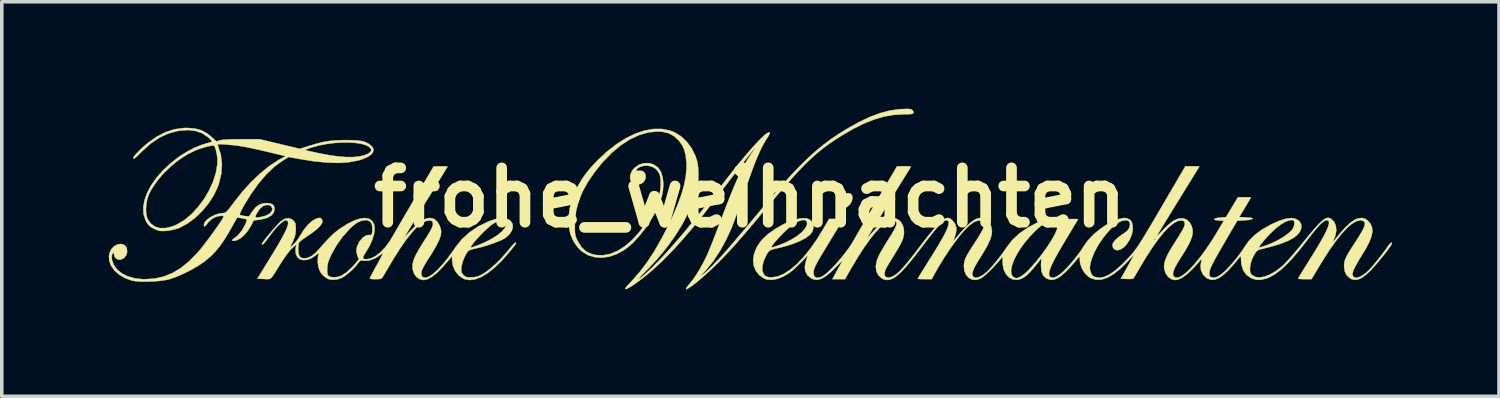
<source format=kicad_pcb>
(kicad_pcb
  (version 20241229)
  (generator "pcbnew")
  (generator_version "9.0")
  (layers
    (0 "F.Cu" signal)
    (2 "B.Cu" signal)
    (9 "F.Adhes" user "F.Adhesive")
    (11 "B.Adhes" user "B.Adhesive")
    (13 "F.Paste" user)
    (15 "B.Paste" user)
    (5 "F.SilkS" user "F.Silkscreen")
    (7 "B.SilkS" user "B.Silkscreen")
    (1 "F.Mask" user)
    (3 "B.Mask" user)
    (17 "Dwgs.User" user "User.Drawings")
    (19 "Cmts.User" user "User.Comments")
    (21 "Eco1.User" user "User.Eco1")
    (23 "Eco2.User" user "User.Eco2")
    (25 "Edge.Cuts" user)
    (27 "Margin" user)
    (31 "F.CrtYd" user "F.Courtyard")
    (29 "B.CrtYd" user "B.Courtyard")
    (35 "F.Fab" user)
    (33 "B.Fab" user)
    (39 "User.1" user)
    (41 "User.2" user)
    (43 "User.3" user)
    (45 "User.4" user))
  (footprint "frohe_weihnachten"
    (layer "F.Cu")
    (at 17.984 2.492)
    (property "Reference" "frohe_weihnachten" (at 0 0 0) (layer "F.SilkS") (effects (font (size 1.524 1.524) (thickness 0.3))))
    (attr through_hole)
    (fp_poly (pts (xy 2.82 -0.109) (xy 2.862 -0.054) (xy 2.87 0.008) (xy 2.851 0.102) (xy 2.802 0.185) (xy 2.731 0.252) (xy 2.65 0.294) (xy 2.568 0.305) (xy 2.495 0.279) (xy 2.478 0.265) (xy 2.445 0.2) (xy 2.449 0.121) (xy 2.485 0.039) (xy 2.545 -0.035) (xy 2.623 -0.093) (xy 2.712 -0.124) (xy 2.744 -0.127) (xy 2.82 -0.109)) (stroke (width 0.01) (type solid)) (fill yes) (layer "F.SilkS"))
    (fp_poly (pts (xy 4.451 -2.487) (xy 4.505 -2.48) (xy 4.538 -2.466) (xy 4.553 -2.453) (xy 4.581 -2.406) (xy 4.581 -2.374) (xy 4.564 -2.357) (xy 4.522 -2.345) (xy 4.449 -2.339) (xy 4.335 -2.337) (xy 4.302 -2.337) (xy 4.029 -2.321) (xy 3.756 -2.274) (xy 3.476 -2.192) (xy 3.184 -2.075) (xy 2.874 -1.919) (xy 2.564 -1.738) (xy 2.396 -1.631) (xy 2.239 -1.525) (xy 2.089 -1.417) (xy 1.943 -1.301) (xy 1.797 -1.176) (xy 1.647 -1.037) (xy 1.489 -0.881) (xy 1.321 -0.705) (xy 1.138 -0.504) (xy 0.937 -0.275) (xy 0.714 -0.016) (xy 0.465 0.279) (xy 0.316 0.457) (xy 0.099 0.717) (xy -0.092 0.943) (xy -0.262 1.139) (xy -0.415 1.313) (xy -0.556 1.469) (xy -0.691 1.613) (xy -0.825 1.751) (xy -0.962 1.888) (xy -0.994 1.92) (xy -1.126 2.046) (xy -1.256 2.164) (xy -1.379 2.272) (xy -1.492 2.366) (xy -1.593 2.445) (xy -1.677 2.506) (xy -1.742 2.548) (xy -1.784 2.567) (xy -1.8 2.561) (xy -1.786 2.528) (xy -1.74 2.466) (xy -1.687 2.405) (xy -1.599 2.294) (xy -1.5 2.148) (xy -1.397 1.978) (xy -1.298 1.797) (xy -1.209 1.617) (xy -1.207 1.613) (xy -1.172 1.531) (xy -1.123 1.411) (xy -1.063 1.263) (xy -0.998 1.095) (xy -0.929 0.918) (xy -0.886 0.804) (xy -0.757 0.464) (xy -0.643 0.168) (xy -0.541 -0.09) (xy -0.449 -0.313) (xy -0.365 -0.506) (xy -0.287 -0.673) (xy -0.214 -0.82) (xy -0.143 -0.951) (xy -0.071 -1.07) (xy 0.002 -1.182) (xy 0.013 -1.199) (xy 0.071 -1.284) (xy 0.114 -1.351) (xy 0.137 -1.39) (xy 0.139 -1.397) (xy 0.121 -1.377) (xy 0.074 -1.321) (xy 0.003 -1.231) (xy -0.091 -1.112) (xy -0.203 -0.967) (xy -0.332 -0.8) (xy -0.475 -0.615) (xy -0.628 -0.414) (xy -0.79 -0.203) (xy -0.954 0.013) (xy -1.291 0.449) (xy -1.609 0.843) (xy -1.911 1.195) (xy -2.197 1.509) (xy -2.471 1.786) (xy -2.734 2.03) (xy -2.99 2.242) (xy -3.24 2.426) (xy -3.28 2.453) (xy -3.388 2.521) (xy -3.459 2.558) (xy -3.497 2.564) (xy -3.505 2.55) (xy -3.489 2.526) (xy -3.444 2.474) (xy -3.377 2.4) (xy -3.296 2.313) (xy -3.296 2.313) (xy -3.085 2.072) (xy -2.882 1.803) (xy -2.685 1.501) (xy -2.489 1.158) (xy -2.339 0.87) (xy -2.169 0.517) (xy -2.032 0.197) (xy -1.926 -0.092) (xy -1.85 -0.356) (xy -1.803 -0.599) (xy -1.783 -0.824) (xy -1.785 -0.978) (xy -1.805 -1.174) (xy -1.843 -1.333) (xy -1.903 -1.467) (xy -1.989 -1.588) (xy -2.013 -1.615) (xy -2.142 -1.731) (xy -2.286 -1.807) (xy -2.454 -1.846) (xy -2.599 -1.854) (xy -2.853 -1.829) (xy -3.11 -1.756) (xy -3.368 -1.635) (xy -3.625 -1.469) (xy -3.878 -1.259) (xy -4.124 -1.007) (xy -4.354 -0.724) (xy -4.548 -0.441) (xy -4.698 -0.171) (xy -4.807 0.093) (xy -4.876 0.359) (xy -4.91 0.634) (xy -4.914 0.764) (xy -4.914 0.892) (xy -4.91 0.983) (xy -4.901 1.052) (xy -4.883 1.111) (xy -4.855 1.176) (xy -4.826 1.233) (xy -4.727 1.389) (xy -4.608 1.501) (xy -4.463 1.574) (xy -4.331 1.608) (xy -4.128 1.617) (xy -3.921 1.578) (xy -3.714 1.491) (xy -3.507 1.359) (xy -3.305 1.184) (xy -3.108 0.967) (xy -2.92 0.709) (xy -2.774 0.47) (xy -2.651 0.231) (xy -2.568 0.012) (xy -2.521 -0.195) (xy -2.506 -0.381) (xy -2.511 -0.525) (xy -2.531 -0.633) (xy -2.571 -0.718) (xy -2.635 -0.795) (xy -2.649 -0.809) (xy -2.745 -0.867) (xy -2.863 -0.895) (xy -2.987 -0.892) (xy -3.099 -0.857) (xy -3.156 -0.819) (xy -3.195 -0.775) (xy -3.188 -0.752) (xy -3.135 -0.751) (xy -3.114 -0.754) (xy -3.029 -0.749) (xy -2.968 -0.709) (xy -2.933 -0.645) (xy -2.927 -0.569) (xy -2.95 -0.491) (xy -3.005 -0.422) (xy -3.052 -0.392) (xy -3.153 -0.359) (xy -3.239 -0.367) (xy -3.305 -0.41) (xy -3.349 -0.478) (xy -3.366 -0.563) (xy -3.353 -0.659) (xy -3.307 -0.758) (xy -3.245 -0.831) (xy -3.123 -0.919) (xy -2.986 -0.965) (xy -2.845 -0.969) (xy -2.711 -0.932) (xy -2.593 -0.854) (xy -2.573 -0.834) (xy -2.499 -0.721) (xy -2.452 -0.573) (xy -2.433 -0.399) (xy -2.443 -0.21) (xy -2.476 -0.038) (xy -2.548 0.175) (xy -2.654 0.403) (xy -2.788 0.635) (xy -2.941 0.863) (xy -3.108 1.074) (xy -3.28 1.261) (xy -3.452 1.412) (xy -3.524 1.464) (xy -3.738 1.582) (xy -3.951 1.655) (xy -4.16 1.684) (xy -4.361 1.669) (xy -4.547 1.611) (xy -4.715 1.508) (xy -4.82 1.41) (xy -4.951 1.228) (xy -5.04 1.021) (xy -5.087 0.792) (xy -5.091 0.545) (xy -5.054 0.283) (xy -4.974 0.008) (xy -4.852 -0.275) (xy -4.828 -0.323) (xy -4.727 -0.499) (xy -4.613 -0.665) (xy -4.477 -0.833) (xy -4.309 -1.014) (xy -4.273 -1.05) (xy -4.011 -1.294) (xy -3.745 -1.5) (xy -3.479 -1.668) (xy -3.215 -1.795) (xy -2.956 -1.882) (xy -2.707 -1.926) (xy -2.47 -1.926) (xy -2.249 -1.882) (xy -2.125 -1.835) (xy -1.938 -1.72) (xy -1.773 -1.565) (xy -1.635 -1.377) (xy -1.531 -1.164) (xy -1.487 -1.028) (xy -1.459 -0.87) (xy -1.449 -0.683) (xy -1.454 -0.487) (xy -1.475 -0.301) (xy -1.497 -0.197) (xy -1.593 0.105) (xy -1.73 0.422) (xy -1.903 0.749) (xy -2.107 1.077) (xy -2.339 1.4) (xy -2.593 1.71) (xy -2.852 1.987) (xy -2.95 2.086) (xy -3.032 2.171) (xy -3.092 2.236) (xy -3.125 2.276) (xy -3.129 2.286) (xy -3.095 2.268) (xy -3.032 2.219) (xy -2.945 2.144) (xy -2.842 2.049) (xy -2.728 1.939) (xy -2.609 1.82) (xy -2.49 1.698) (xy -2.384 1.583) (xy -2.179 1.354) (xy -1.971 1.114) (xy -1.756 0.859) (xy -1.53 0.584) (xy -1.288 0.283) (xy -1.026 -0.049) (xy -0.741 -0.416) (xy -0.673 -0.505) (xy -0.486 -0.744) (xy -0.307 -0.967) (xy -0.138 -1.171) (xy 0.019 -1.353) (xy 0.161 -1.511) (xy 0.285 -1.64) (xy 0.387 -1.738) (xy 0.466 -1.802) (xy 0.519 -1.828) (xy 0.524 -1.829) (xy 0.549 -1.825) (xy 0.554 -1.807) (xy 0.538 -1.769) (xy 0.498 -1.701) (xy 0.458 -1.64) (xy 0.391 -1.529) (xy 0.324 -1.405) (xy 0.256 -1.262) (xy 0.184 -1.094) (xy 0.106 -0.898) (xy 0.021 -0.666) (xy -0.075 -0.394) (xy -0.139 -0.209) (xy -0.21 -0.002) (xy -0.281 0.201) (xy -0.35 0.395) (xy -0.413 0.569) (xy -0.467 0.715) (xy -0.51 0.825) (xy -0.523 0.858) (xy -0.679 1.195) (xy -0.853 1.509) (xy -1.04 1.79) (xy -1.235 2.03) (xy -1.279 2.076) (xy -1.341 2.144) (xy -1.368 2.179) (xy -1.365 2.185) (xy -1.335 2.164) (xy -1.28 2.119) (xy -1.205 2.052) (xy -1.113 1.964) (xy -1.111 1.962) (xy -1.031 1.882) (xy -0.945 1.793) (xy -0.85 1.692) (xy -0.744 1.575) (xy -0.624 1.439) (xy -0.487 1.28) (xy -0.33 1.096) (xy -0.15 0.884) (xy 0.056 0.639) (xy 0.29 0.359) (xy 0.356 0.279) (xy 0.65 -0.068) (xy 0.919 -0.377) (xy 1.17 -0.652) (xy 1.404 -0.896) (xy 1.628 -1.113) (xy 1.844 -1.308) (xy 2.058 -1.483) (xy 2.273 -1.643) (xy 2.493 -1.792) (xy 2.723 -1.934) (xy 3.051 -2.117) (xy 3.354 -2.261) (xy 3.637 -2.367) (xy 3.905 -2.439) (xy 4.162 -2.477) (xy 4.243 -2.482) (xy 4.367 -2.487) (xy 4.451 -2.487)) (stroke (width 0.01) (type solid)) (fill yes) (layer "F.SilkS"))
    (fp_poly (pts (xy -15.578 -1.94) (xy -15.392 -1.891) (xy -15.229 -1.804) (xy -15.117 -1.715) (xy -14.969 -1.577) (xy -14.869 -1.607) (xy -14.8 -1.62) (xy -14.684 -1.629) (xy -14.524 -1.635) (xy -14.324 -1.638) (xy -14.262 -1.638) (xy -13.754 -1.638) (xy -12.624 -1.369) (xy -12.388 -1.445) (xy -12.167 -1.511) (xy -11.974 -1.559) (xy -11.791 -1.59) (xy -11.602 -1.607) (xy -11.389 -1.613) (xy -11.341 -1.613) (xy -11.154 -1.611) (xy -11.008 -1.602) (xy -10.893 -1.587) (xy -10.802 -1.562) (xy -10.723 -1.526) (xy -10.668 -1.492) (xy -10.589 -1.42) (xy -10.559 -1.345) (xy -10.576 -1.27) (xy -10.639 -1.198) (xy -10.746 -1.13) (xy -10.895 -1.07) (xy -10.998 -1.04) (xy -11.251 -0.993) (xy -11.544 -0.974) (xy -11.878 -0.984) (xy -12.253 -1.023) (xy -12.607 -1.079) (xy -12.941 -1.139) (xy -13.129 -1.023) (xy -13.345 -0.864) (xy -13.563 -0.657) (xy -13.78 -0.402) (xy -13.994 -0.102) (xy -14.188 0.211) (xy -14.244 0.313) (xy -14.286 0.398) (xy -14.309 0.458) (xy -14.31 0.481) (xy -14.273 0.496) (xy -14.205 0.511) (xy -14.17 0.516) (xy -14.053 0.531) (xy -13.971 0.405) (xy -13.873 0.279) (xy -13.768 0.198) (xy -13.647 0.159) (xy -13.562 0.152) (xy -13.449 0.163) (xy -13.377 0.199) (xy -13.341 0.263) (xy -13.335 0.322) (xy -13.359 0.423) (xy -13.429 0.505) (xy -13.543 0.567) (xy -13.701 0.61) (xy -13.774 0.621) (xy -13.92 0.639) (xy -13.994 0.785) (xy -14.078 0.922) (xy -14.178 1.043) (xy -14.285 1.136) (xy -14.389 1.193) (xy -14.399 1.196) (xy -14.471 1.211) (xy -14.517 1.208) (xy -14.528 1.191) (xy -14.498 1.162) (xy -14.493 1.159) (xy -14.363 1.058) (xy -14.25 0.919) (xy -14.186 0.81) (xy -14.138 0.712) (xy -14.115 0.649) (xy -14.116 0.616) (xy -14.122 0.61) (xy -14.159 0.597) (xy -14.223 0.583) (xy -14.294 0.571) (xy -14.355 0.563) (xy -14.388 0.564) (xy -14.389 0.565) (xy -14.402 0.589) (xy -14.434 0.646) (xy -14.478 0.725) (xy -14.491 0.749) (xy -14.628 0.992) (xy -14.754 1.195) (xy -14.874 1.366) (xy -14.994 1.511) (xy -15.121 1.639) (xy -15.259 1.758) (xy -15.329 1.812) (xy -15.489 1.919) (xy -15.68 2.029) (xy -15.884 2.131) (xy -16.086 2.219) (xy -16.268 2.283) (xy -16.281 2.287) (xy -16.409 2.315) (xy -16.567 2.336) (xy -16.742 2.35) (xy -16.92 2.356) (xy -17.089 2.354) (xy -17.234 2.344) (xy -17.342 2.324) (xy -17.531 2.254) (xy -17.693 2.159) (xy -17.822 2.044) (xy -17.916 1.915) (xy -17.969 1.777) (xy -17.979 1.635) (xy -17.959 1.541) (xy -17.908 1.44) (xy -17.835 1.364) (xy -17.749 1.316) (xy -17.66 1.298) (xy -17.578 1.312) (xy -17.512 1.361) (xy -17.48 1.42) (xy -17.467 1.524) (xy -17.497 1.621) (xy -17.561 1.698) (xy -17.645 1.739) (xy -17.722 1.737) (xy -17.787 1.701) (xy -17.826 1.642) (xy -17.831 1.612) (xy -17.839 1.565) (xy -17.854 1.549) (xy -17.883 1.572) (xy -17.898 1.631) (xy -17.897 1.714) (xy -17.893 1.745) (xy -17.843 1.891) (xy -17.749 2.019) (xy -17.617 2.125) (xy -17.451 2.207) (xy -17.256 2.262) (xy -17.038 2.287) (xy -16.977 2.288) (xy -16.701 2.27) (xy -16.443 2.212) (xy -16.198 2.114) (xy -15.962 1.972) (xy -15.731 1.785) (xy -15.501 1.55) (xy -15.418 1.453) (xy -15.347 1.366) (xy -15.263 1.256) (xy -15.171 1.133) (xy -15.076 1.004) (xy -14.984 0.876) (xy -14.902 0.758) (xy -14.834 0.657) (xy -14.786 0.582) (xy -14.765 0.543) (xy -14.766 0.541) (xy -13.874 0.541) (xy -13.856 0.559) (xy -13.802 0.557) (xy -13.706 0.54) (xy -13.661 0.53) (xy -13.552 0.494) (xy -13.466 0.441) (xy -13.412 0.378) (xy -13.397 0.313) (xy -13.4 0.299) (xy -13.433 0.237) (xy -13.488 0.209) (xy -13.547 0.204) (xy -13.646 0.228) (xy -13.738 0.302) (xy -13.823 0.423) (xy -13.827 0.43) (xy -13.862 0.499) (xy -13.874 0.541) (xy -14.766 0.541) (xy -14.771 0.518) (xy -14.817 0.509) (xy -14.837 0.509) (xy -14.966 0.532) (xy -15.09 0.595) (xy -15.19 0.686) (xy -15.207 0.709) (xy -15.262 0.78) (xy -15.296 0.808) (xy -15.313 0.793) (xy -15.316 0.758) (xy -15.293 0.689) (xy -15.23 0.618) (xy -15.138 0.55) (xy -15.028 0.493) (xy -14.909 0.451) (xy -14.792 0.432) (xy -14.772 0.432) (xy -14.739 0.428) (xy -14.707 0.413) (xy -14.669 0.382) (xy -14.621 0.326) (xy -14.555 0.242) (xy -14.465 0.122) (xy -14.465 0.122) (xy -14.235 -0.169) (xy -13.992 -0.437) (xy -13.742 -0.675) (xy -13.492 -0.879) (xy -13.247 -1.041) (xy -13.176 -1.081) (xy -13.024 -1.162) (xy -13.503 -1.278) (xy -13.753 -1.337) (xy -12.472 -1.337) (xy -12.459 -1.327) (xy -12.433 -1.32) (xy -12.099 -1.247) (xy -11.808 -1.192) (xy -11.554 -1.156) (xy -11.333 -1.138) (xy -11.139 -1.137) (xy -10.97 -1.153) (xy -10.831 -1.183) (xy -10.73 -1.221) (xy -10.658 -1.27) (xy -10.624 -1.323) (xy -10.625 -1.356) (xy -10.676 -1.42) (xy -10.769 -1.47) (xy -10.898 -1.509) (xy -11.057 -1.534) (xy -11.24 -1.547) (xy -11.44 -1.547) (xy -11.65 -1.533) (xy -11.865 -1.506) (xy -12.077 -1.466) (xy -12.28 -1.411) (xy -12.298 -1.406) (xy -12.397 -1.373) (xy -12.453 -1.351) (xy -12.472 -1.337) (xy -13.753 -1.337) (xy -13.766 -1.34) (xy -13.99 -1.389) (xy -14.185 -1.427) (xy -14.361 -1.455) (xy -14.527 -1.475) (xy -14.692 -1.489) (xy -14.806 -1.497) (xy -14.878 -1.499) (xy -14.917 -1.495) (xy -14.93 -1.484) (xy -14.926 -1.464) (xy -14.923 -1.458) (xy -14.842 -1.201) (xy -14.811 -0.936) (xy -14.83 -0.664) (xy -14.899 -0.384) (xy -14.933 -0.289) (xy -15.045 -0.056) (xy -15.193 0.171) (xy -15.369 0.382) (xy -15.565 0.569) (xy -15.774 0.724) (xy -15.987 0.84) (xy -16.045 0.863) (xy -16.146 0.893) (xy -16.269 0.918) (xy -16.368 0.931) (xy -16.476 0.937) (xy -16.556 0.931) (xy -16.628 0.911) (xy -16.676 0.891) (xy -16.784 0.837) (xy -16.859 0.78) (xy -16.916 0.704) (xy -16.958 0.622) (xy -17.009 0.454) (xy -17.013 0.356) (xy -16.941 0.356) (xy -16.929 0.49) (xy -16.899 0.595) (xy -16.897 0.599) (xy -16.807 0.726) (xy -16.691 0.811) (xy -16.55 0.854) (xy -16.388 0.853) (xy -16.205 0.808) (xy -16.062 0.749) (xy -15.858 0.626) (xy -15.662 0.461) (xy -15.479 0.262) (xy -15.313 0.039) (xy -15.171 -0.202) (xy -15.058 -0.451) (xy -14.979 -0.701) (xy -14.939 -0.942) (xy -14.935 -1.035) (xy -14.941 -1.13) (xy -14.957 -1.233) (xy -14.979 -1.331) (xy -15.004 -1.41) (xy -15.029 -1.455) (xy -15.033 -1.458) (xy -15.072 -1.461) (xy -15.146 -1.449) (xy -15.245 -1.426) (xy -15.355 -1.395) (xy -15.466 -1.359) (xy -15.545 -1.329) (xy -15.782 -1.212) (xy -16.018 -1.059) (xy -16.244 -0.878) (xy -16.452 -0.676) (xy -16.634 -0.462) (xy -16.781 -0.244) (xy -16.866 -0.076) (xy -16.908 0.057) (xy -16.934 0.206) (xy -16.941 0.356) (xy -17.013 0.356) (xy -17.017 0.27) (xy -16.982 0.073) (xy -16.908 -0.133) (xy -16.797 -0.342) (xy -16.65 -0.552) (xy -16.471 -0.757) (xy -16.261 -0.955) (xy -16.023 -1.14) (xy -15.956 -1.186) (xy -15.77 -1.3) (xy -15.574 -1.4) (xy -15.385 -1.478) (xy -15.221 -1.528) (xy -15.147 -1.547) (xy -15.099 -1.567) (xy -15.088 -1.577) (xy -15.105 -1.602) (xy -15.151 -1.65) (xy -15.204 -1.698) (xy -15.364 -1.805) (xy -15.552 -1.871) (xy -15.766 -1.895) (xy -16.006 -1.877) (xy -16.048 -1.87) (xy -16.312 -1.799) (xy -16.566 -1.681) (xy -16.812 -1.515) (xy -17.052 -1.299) (xy -17.078 -1.273) (xy -17.172 -1.178) (xy -17.238 -1.119) (xy -17.278 -1.094) (xy -17.296 -1.101) (xy -17.297 -1.114) (xy -17.279 -1.152) (xy -17.228 -1.215) (xy -17.153 -1.294) (xy -17.061 -1.384) (xy -16.958 -1.475) (xy -16.885 -1.536) (xy -16.636 -1.711) (xy -16.389 -1.838) (xy -16.137 -1.918) (xy -15.877 -1.953) (xy -15.795 -1.955) (xy -15.578 -1.94)) (stroke (width 0.01) (type solid)) (fill yes) (layer "F.SilkS"))
    (fp_poly (pts (xy -8.518 -0.878) (xy -8.485 -0.874) (xy -8.484 -0.873) (xy -8.496 -0.85) (xy -8.533 -0.79) (xy -8.589 -0.697) (xy -8.663 -0.577) (xy -8.75 -0.435) (xy -8.848 -0.277) (xy -8.881 -0.223) (xy -8.996 -0.038) (xy -9.114 0.153) (xy -9.229 0.341) (xy -9.335 0.515) (xy -9.426 0.665) (xy -9.493 0.775) (xy -9.707 1.13) (xy -9.512 0.92) (xy -9.355 0.765) (xy -9.216 0.655) (xy -9.091 0.59) (xy -8.98 0.569) (xy -8.879 0.591) (xy -8.844 0.609) (xy -8.766 0.682) (xy -8.704 0.787) (xy -8.668 0.904) (xy -8.663 0.965) (xy -8.677 1.067) (xy -8.723 1.195) (xy -8.801 1.352) (xy -8.912 1.541) (xy -8.957 1.613) (xy -9.051 1.76) (xy -9.12 1.872) (xy -9.167 1.957) (xy -9.197 2.021) (xy -9.214 2.071) (xy -9.22 2.116) (xy -9.22 2.133) (xy -9.207 2.2) (xy -9.16 2.238) (xy -9.086 2.245) (xy -8.992 2.208) (xy -8.881 2.131) (xy -8.755 2.017) (xy -8.617 1.867) (xy -8.469 1.685) (xy -8.418 1.613) (xy -8.357 1.613) (xy -8.344 1.626) (xy -8.331 1.613) (xy -8.344 1.6) (xy -8.357 1.613) (xy -8.418 1.613) (xy -8.315 1.472) (xy -8.26 1.39) (xy -7.834 1.39) (xy -7.826 1.397) (xy -7.79 1.389) (xy -7.721 1.366) (xy -7.635 1.335) (xy -7.632 1.334) (xy -7.429 1.249) (xy -7.246 1.154) (xy -7.089 1.055) (xy -6.967 0.956) (xy -6.885 0.862) (xy -6.87 0.837) (xy -6.835 0.742) (xy -6.839 0.674) (xy -6.878 0.635) (xy -6.947 0.627) (xy -7.043 0.649) (xy -7.16 0.704) (xy -7.214 0.737) (xy -7.282 0.787) (xy -7.364 0.858) (xy -7.454 0.942) (xy -7.546 1.035) (xy -7.635 1.129) (xy -7.714 1.218) (xy -7.777 1.295) (xy -7.819 1.355) (xy -7.834 1.39) (xy -8.26 1.39) (xy -8.256 1.384) (xy -8.083 1.168) (xy -7.868 0.973) (xy -7.619 0.806) (xy -7.341 0.67) (xy -7.317 0.661) (xy -7.127 0.598) (xy -6.969 0.572) (xy -6.841 0.583) (xy -6.74 0.632) (xy -6.719 0.65) (xy -6.664 0.73) (xy -6.653 0.826) (xy -6.682 0.928) (xy -6.749 1.029) (xy -6.851 1.122) (xy -6.879 1.14) (xy -6.966 1.187) (xy -7.09 1.239) (xy -7.237 1.294) (xy -7.395 1.346) (xy -7.55 1.391) (xy -7.684 1.422) (xy -7.773 1.443) (xy -7.846 1.464) (xy -7.88 1.477) (xy -7.926 1.521) (xy -7.975 1.601) (xy -8.024 1.702) (xy -8.064 1.812) (xy -8.09 1.915) (xy -8.096 1.954) (xy -8.1 2.04) (xy -8.092 2.096) (xy -8.065 2.141) (xy -8.043 2.165) (xy -7.998 2.206) (xy -7.95 2.227) (xy -7.878 2.235) (xy -7.828 2.235) (xy -7.72 2.228) (xy -7.621 2.201) (xy -7.522 2.157) (xy -7.406 2.085) (xy -7.271 1.98) (xy -7.125 1.85) (xy -6.977 1.702) (xy -6.837 1.544) (xy -6.764 1.455) (xy -6.694 1.37) (xy -6.634 1.304) (xy -6.592 1.266) (xy -6.575 1.259) (xy -6.565 1.267) (xy -6.563 1.279) (xy -6.574 1.301) (xy -6.602 1.34) (xy -6.651 1.402) (xy -6.726 1.493) (xy -6.775 1.553) (xy -6.975 1.78) (xy -7.171 1.968) (xy -7.36 2.117) (xy -7.54 2.225) (xy -7.709 2.29) (xy -7.864 2.311) (xy -8.002 2.287) (xy -8.035 2.274) (xy -8.168 2.183) (xy -8.27 2.058) (xy -8.334 1.907) (xy -8.357 1.74) (xy -8.358 1.638) (xy -8.452 1.753) (xy -8.628 1.955) (xy -8.785 2.112) (xy -8.925 2.223) (xy -9.048 2.289) (xy -9.154 2.311) (xy -9.155 2.311) (xy -9.264 2.288) (xy -9.356 2.224) (xy -9.424 2.128) (xy -9.463 2.009) (xy -9.467 1.882) (xy -9.45 1.798) (xy -9.419 1.706) (xy -9.369 1.598) (xy -9.298 1.468) (xy -9.2 1.308) (xy -9.144 1.219) (xy -9.051 1.072) (xy -8.983 0.96) (xy -8.937 0.877) (xy -8.909 0.814) (xy -8.896 0.766) (xy -8.894 0.725) (xy -8.895 0.716) (xy -8.91 0.666) (xy -8.951 0.644) (xy -8.984 0.64) (xy -9.088 0.655) (xy -9.208 0.717) (xy -9.341 0.826) (xy -9.488 0.982) (xy -9.647 1.183) (xy -9.818 1.429) (xy -10.001 1.719) (xy -10.044 1.791) (xy -10.12 1.919) (xy -10.189 2.037) (xy -10.247 2.133) (xy -10.288 2.201) (xy -10.304 2.229) (xy -10.33 2.26) (xy -10.367 2.278) (xy -10.43 2.285) (xy -10.506 2.286) (xy -10.596 2.284) (xy -10.645 2.277) (xy -10.661 2.263) (xy -10.658 2.247) (xy -10.641 2.212) (xy -10.604 2.141) (xy -10.552 2.043) (xy -10.489 1.928) (xy -10.455 1.867) (xy -10.384 1.738) (xy -10.336 1.648) (xy -10.309 1.592) (xy -10.301 1.566) (xy -10.31 1.564) (xy -10.335 1.58) (xy -10.36 1.6) (xy -10.507 1.698) (xy -10.655 1.755) (xy -10.792 1.771) (xy -10.818 1.768) (xy -10.891 1.761) (xy -10.935 1.772) (xy -10.972 1.808) (xy -10.996 1.842) (xy -11.065 1.928) (xy -11.158 2.024) (xy -11.262 2.117) (xy -11.362 2.196) (xy -11.445 2.247) (xy -11.446 2.248) (xy -11.572 2.291) (xy -11.699 2.305) (xy -11.811 2.289) (xy -11.849 2.273) (xy -11.954 2.203) (xy -12.029 2.118) (xy -12.051 2.08) (xy -11.86 2.08) (xy -11.852 2.143) (xy -11.833 2.184) (xy -11.825 2.193) (xy -11.761 2.225) (xy -11.669 2.234) (xy -11.565 2.222) (xy -11.464 2.189) (xy -11.455 2.184) (xy -11.313 2.092) (xy -11.167 1.958) (xy -11.072 1.852) (xy -10.967 1.726) (xy -11.011 1.635) (xy -11.041 1.515) (xy -11.026 1.384) (xy -10.968 1.254) (xy -10.947 1.222) (xy -10.854 1.116) (xy -10.765 1.057) (xy -10.682 1.047) (xy -10.682 1.047) (xy -10.636 1.048) (xy -10.609 1.024) (xy -10.595 0.966) (xy -10.592 0.866) (xy -10.592 0.864) (xy -10.605 0.75) (xy -10.647 0.676) (xy -10.72 0.638) (xy -10.784 0.631) (xy -10.902 0.648) (xy -11.023 0.704) (xy -11.153 0.803) (xy -11.233 0.88) (xy -11.436 1.108) (xy -11.602 1.345) (xy -11.729 1.571) (xy -11.787 1.693) (xy -11.824 1.788) (xy -11.846 1.871) (xy -11.856 1.96) (xy -11.857 1.979) (xy -11.86 2.08) (xy -12.051 2.08) (xy -12.071 2.046) (xy -12.108 1.933) (xy -12.125 1.799) (xy -12.118 1.666) (xy -12.108 1.616) (xy -12.088 1.543) (xy -12.187 1.622) (xy -12.303 1.7) (xy -12.411 1.741) (xy -12.519 1.753) (xy -12.62 1.731) (xy -12.694 1.67) (xy -12.738 1.577) (xy -12.746 1.457) (xy -12.739 1.404) (xy -12.722 1.314) (xy -12.795 1.375) (xy -12.874 1.448) (xy -12.959 1.549) (xy -13.055 1.681) (xy -13.167 1.851) (xy -13.212 1.924) (xy -13.294 2.057) (xy -13.355 2.153) (xy -13.401 2.218) (xy -13.439 2.258) (xy -13.476 2.279) (xy -13.519 2.286) (xy -13.574 2.284) (xy -13.634 2.281) (xy -13.818 2.273) (xy -13.497 1.753) (xy -13.345 1.504) (xy -13.22 1.294) (xy -13.122 1.12) (xy -13.047 0.978) (xy -12.995 0.867) (xy -12.965 0.783) (xy -12.954 0.723) (xy -12.954 0.719) (xy -12.967 0.655) (xy -13.005 0.632) (xy -13.064 0.648) (xy -13.142 0.702) (xy -13.237 0.79) (xy -13.346 0.912) (xy -13.465 1.065) (xy -13.503 1.117) (xy -13.584 1.226) (xy -13.641 1.293) (xy -13.676 1.32) (xy -13.69 1.309) (xy -13.691 1.3) (xy -13.675 1.268) (xy -13.631 1.207) (xy -13.568 1.125) (xy -13.491 1.03) (xy -13.407 0.931) (xy -13.324 0.835) (xy -13.248 0.751) (xy -13.186 0.687) (xy -13.154 0.658) (xy -13.044 0.591) (xy -12.943 0.574) (xy -12.852 0.606) (xy -12.807 0.643) (xy -12.77 0.686) (xy -12.749 0.732) (xy -12.741 0.796) (xy -12.739 0.884) (xy -12.746 0.997) (xy -12.767 1.094) (xy -12.81 1.202) (xy -12.822 1.229) (xy -12.903 1.403) (xy -12.807 1.317) (xy -12.744 1.25) (xy -12.675 1.158) (xy -12.618 1.067) (xy -12.513 0.9) (xy -12.4 0.761) (xy -12.286 0.657) (xy -12.179 0.596) (xy -12.104 0.571) (xy -12.057 0.568) (xy -12.027 0.584) (xy -11.991 0.64) (xy -12.001 0.71) (xy -12.058 0.795) (xy -12.162 0.895) (xy -12.313 1.01) (xy -12.406 1.072) (xy -12.502 1.138) (xy -12.582 1.198) (xy -12.636 1.244) (xy -12.654 1.266) (xy -12.664 1.314) (xy -12.671 1.392) (xy -12.673 1.448) (xy -12.664 1.57) (xy -12.631 1.65) (xy -12.572 1.692) (xy -12.506 1.702) (xy -12.398 1.686) (xy -12.294 1.636) (xy -12.185 1.548) (xy -12.095 1.452) (xy -11.955 1.293) (xy -11.839 1.167) (xy -11.74 1.067) (xy -11.65 0.985) (xy -11.563 0.915) (xy -11.492 0.864) (xy -11.286 0.734) (xy -11.1 0.641) (xy -10.936 0.587) (xy -10.796 0.571) (xy -10.683 0.593) (xy -10.598 0.654) (xy -10.545 0.749) (xy -10.527 0.872) (xy -10.545 1.021) (xy -10.597 1.19) (xy -10.68 1.371) (xy -10.792 1.557) (xy -10.8 1.569) (xy -10.846 1.647) (xy -10.855 1.696) (xy -10.824 1.721) (xy -10.76 1.727) (xy -10.634 1.704) (xy -10.499 1.636) (xy -10.361 1.529) (xy -10.227 1.388) (xy -10.102 1.218) (xy -10.065 1.156) (xy -9.728 1.156) (xy -9.716 1.168) (xy -9.703 1.156) (xy -9.716 1.143) (xy -9.728 1.156) (xy -10.065 1.156) (xy -10.038 1.111) (xy -9.995 1.036) (xy -9.93 0.924) (xy -9.847 0.78) (xy -9.75 0.613) (xy -9.641 0.427) (xy -9.525 0.23) (xy -9.406 0.027) (xy -9.391 0.001) (xy -8.874 -0.875) (xy -8.679 -0.878) (xy -8.587 -0.879) (xy -8.518 -0.878)) (stroke (width 0.01) (type solid)) (fill yes) (layer "F.SilkS"))
    (fp_poly (pts (xy 4.479 -0.878) (xy 4.503 -0.87) (xy 4.502 -0.852) (xy 4.488 -0.829) (xy 4.458 -0.781) (xy 4.406 -0.697) (xy 4.335 -0.583) (xy 4.249 -0.445) (xy 4.152 -0.287) (xy 4.047 -0.116) (xy 3.937 0.062) (xy 3.826 0.242) (xy 3.719 0.417) (xy 3.617 0.583) (xy 3.525 0.732) (xy 3.447 0.86) (xy 3.385 0.961) (xy 3.344 1.029) (xy 3.329 1.054) (xy 3.271 1.156) (xy 3.368 1.041) (xy 3.505 0.89) (xy 3.64 0.759) (xy 3.763 0.66) (xy 3.786 0.644) (xy 3.908 0.586) (xy 4.022 0.573) (xy 4.124 0.6) (xy 4.208 0.661) (xy 4.272 0.751) (xy 4.309 0.865) (xy 4.317 0.997) (xy 4.289 1.142) (xy 4.258 1.225) (xy 4.221 1.298) (xy 4.164 1.401) (xy 4.094 1.519) (xy 4.019 1.64) (xy 4.015 1.647) (xy 3.942 1.763) (xy 3.877 1.871) (xy 3.826 1.961) (xy 3.795 2.021) (xy 3.793 2.026) (xy 3.767 2.126) (xy 3.78 2.198) (xy 3.829 2.238) (xy 3.909 2.241) (xy 4.005 2.207) (xy 4.086 2.156) (xy 4.182 2.074) (xy 4.294 1.956) (xy 4.426 1.802) (xy 4.58 1.608) (xy 4.674 1.485) (xy 4.835 1.274) (xy 4.982 1.086) (xy 5.114 0.925) (xy 5.226 0.795) (xy 5.315 0.7) (xy 5.379 0.643) (xy 5.379 0.642) (xy 5.473 0.585) (xy 5.547 0.567) (xy 5.615 0.59) (xy 5.675 0.64) (xy 5.75 0.74) (xy 5.784 0.848) (xy 5.776 0.974) (xy 5.746 1.079) (xy 5.718 1.161) (xy 5.707 1.201) (xy 5.712 1.205) (xy 5.734 1.181) (xy 5.744 1.168) (xy 5.91 0.97) (xy 6.055 0.813) (xy 6.182 0.697) (xy 6.294 0.619) (xy 6.395 0.577) (xy 6.487 0.568) (xy 6.575 0.591) (xy 6.602 0.604) (xy 6.697 0.684) (xy 6.758 0.798) (xy 6.782 0.94) (xy 6.782 0.953) (xy 6.768 1.062) (xy 6.725 1.192) (xy 6.652 1.348) (xy 6.546 1.533) (xy 6.464 1.664) (xy 6.36 1.831) (xy 6.287 1.964) (xy 6.245 2.066) (xy 6.23 2.141) (xy 6.233 2.171) (xy 6.268 2.228) (xy 6.33 2.248) (xy 6.415 2.23) (xy 6.517 2.176) (xy 6.632 2.087) (xy 6.634 2.086) (xy 6.717 2.003) (xy 6.818 1.891) (xy 6.927 1.758) (xy 7.036 1.619) (xy 7.134 1.484) (xy 7.198 1.389) (xy 7.352 1.188) (xy 7.548 1.006) (xy 7.789 0.84) (xy 8.034 0.71) (xy 8.149 0.66) (xy 8.269 0.616) (xy 8.372 0.586) (xy 8.392 0.582) (xy 8.48 0.568) (xy 8.536 0.568) (xy 8.578 0.584) (xy 8.608 0.604) (xy 8.667 0.678) (xy 8.683 0.739) (xy 8.691 0.826) (xy 8.806 0.603) (xy 9 0.6) (xy 9.092 0.6) (xy 9.161 0.601) (xy 9.194 0.605) (xy 9.195 0.606) (xy 9.182 0.63) (xy 9.147 0.69) (xy 9.092 0.781) (xy 9.023 0.897) (xy 8.942 1.031) (xy 8.9 1.1) (xy 8.748 1.353) (xy 8.625 1.567) (xy 8.528 1.745) (xy 8.456 1.891) (xy 8.409 2.007) (xy 8.385 2.097) (xy 8.382 2.163) (xy 8.4 2.209) (xy 8.429 2.233) (xy 8.5 2.245) (xy 8.59 2.215) (xy 8.701 2.141) (xy 8.78 2.073) (xy 8.87 1.984) (xy 8.976 1.867) (xy 9.087 1.734) (xy 9.194 1.599) (xy 9.287 1.472) (xy 9.354 1.368) (xy 9.36 1.359) (xy 9.469 1.203) (xy 9.616 1.047) (xy 9.789 0.899) (xy 9.976 0.77) (xy 10.165 0.667) (xy 10.345 0.599) (xy 10.355 0.597) (xy 10.447 0.576) (xy 10.509 0.57) (xy 10.561 0.579) (xy 10.601 0.594) (xy 10.665 0.631) (xy 10.702 0.686) (xy 10.719 0.737) (xy 10.732 0.877) (xy 10.706 1.03) (xy 10.644 1.181) (xy 10.551 1.318) (xy 10.478 1.394) (xy 10.385 1.455) (xy 10.299 1.476) (xy 10.227 1.459) (xy 10.178 1.406) (xy 10.16 1.319) (xy 10.181 1.263) (xy 10.238 1.192) (xy 10.321 1.115) (xy 10.422 1.041) (xy 10.473 1.009) (xy 10.574 0.932) (xy 10.636 0.844) (xy 10.654 0.752) (xy 10.643 0.7) (xy 10.615 0.654) (xy 10.567 0.637) (xy 10.528 0.635) (xy 10.418 0.653) (xy 10.304 0.71) (xy 10.18 0.808) (xy 10.093 0.896) (xy 9.92 1.1) (xy 9.772 1.314) (xy 9.654 1.53) (xy 9.572 1.735) (xy 9.544 1.84) (xy 9.528 1.937) (xy 9.53 2.011) (xy 9.551 2.089) (xy 9.551 2.09) (xy 9.584 2.163) (xy 9.628 2.205) (xy 9.688 2.229) (xy 9.806 2.246) (xy 9.936 2.221) (xy 10.08 2.153) (xy 10.24 2.041) (xy 10.418 1.885) (xy 10.575 1.726) (xy 10.634 1.663) (xy 10.688 1.603) (xy 10.738 1.545) (xy 10.787 1.482) (xy 10.839 1.412) (xy 10.895 1.33) (xy 10.958 1.232) (xy 10.983 1.192) (xy 11.335 1.192) (xy 11.338 1.194) (xy 11.361 1.176) (xy 11.367 1.168) (xy 11.373 1.145) (xy 11.369 1.143) (xy 11.346 1.161) (xy 11.341 1.168) (xy 11.335 1.192) (xy 10.983 1.192) (xy 11.032 1.114) (xy 11.118 0.972) (xy 11.219 0.802) (xy 11.339 0.6) (xy 11.479 0.361) (xy 11.62 0.119) (xy 12.205 -0.879) (xy 12.402 -0.879) (xy 12.494 -0.879) (xy 12.564 -0.877) (xy 12.597 -0.875) (xy 12.598 -0.874) (xy 12.586 -0.852) (xy 12.55 -0.793) (xy 12.496 -0.705) (xy 12.427 -0.594) (xy 12.348 -0.466) (xy 12.34 -0.453) (xy 12.244 -0.298) (xy 12.138 -0.127) (xy 12.027 0.054) (xy 11.914 0.236) (xy 11.804 0.416) (xy 11.7 0.585) (xy 11.607 0.737) (xy 11.528 0.867) (xy 11.467 0.968) (xy 11.428 1.033) (xy 11.423 1.041) (xy 11.413 1.066) (xy 11.436 1.053) (xy 11.49 1.002) (xy 11.568 0.92) (xy 11.66 0.827) (xy 11.753 0.741) (xy 11.835 0.674) (xy 11.879 0.644) (xy 12.013 0.587) (xy 12.135 0.577) (xy 12.241 0.615) (xy 12.328 0.698) (xy 12.375 0.781) (xy 12.405 0.875) (xy 12.412 0.974) (xy 12.394 1.084) (xy 12.349 1.21) (xy 12.274 1.36) (xy 12.169 1.538) (xy 12.097 1.651) (xy 11.99 1.821) (xy 11.916 1.956) (xy 11.872 2.06) (xy 11.857 2.139) (xy 11.871 2.195) (xy 11.912 2.233) (xy 11.925 2.24) (xy 11.995 2.245) (xy 12.086 2.207) (xy 12.194 2.131) (xy 12.317 2.019) (xy 12.452 1.875) (xy 12.597 1.7) (xy 12.747 1.499) (xy 12.901 1.275) (xy 13.056 1.031) (xy 13.087 0.978) (xy 13.284 0.648) (xy 13.143 0.64) (xy 13.054 0.63) (xy 13.013 0.613) (xy 13.019 0.594) (xy 13.069 0.575) (xy 13.162 0.561) (xy 13.183 0.559) (xy 13.345 0.546) (xy 13.512 0.268) (xy 13.68 -0.01) (xy 13.863 -0.011) (xy 13.952 -0.012) (xy 14.017 -0.01) (xy 14.046 -0.008) (xy 14.046 -0.008) (xy 14.034 0.014) (xy 14 0.072) (xy 13.95 0.156) (xy 13.889 0.258) (xy 13.881 0.271) (xy 13.716 0.546) (xy 13.908 0.554) (xy 14.019 0.562) (xy 14.081 0.576) (xy 14.095 0.592) (xy 14.062 0.609) (xy 13.983 0.625) (xy 13.87 0.635) (xy 13.659 0.648) (xy 13.277 1.304) (xy 13.164 1.499) (xy 13.075 1.656) (xy 13.006 1.781) (xy 12.956 1.878) (xy 12.921 1.953) (xy 12.899 2.012) (xy 12.887 2.059) (xy 12.883 2.084) (xy 12.878 2.159) (xy 12.887 2.201) (xy 12.913 2.224) (xy 12.939 2.234) (xy 13.02 2.244) (xy 13.113 2.214) (xy 13.222 2.143) (xy 13.326 2.052) (xy 13.42 1.956) (xy 13.527 1.835) (xy 13.636 1.703) (xy 13.737 1.572) (xy 13.818 1.456) (xy 13.849 1.406) (xy 13.858 1.393) (xy 14.277 1.393) (xy 14.287 1.397) (xy 14.316 1.389) (xy 14.379 1.369) (xy 14.459 1.343) (xy 14.634 1.274) (xy 14.804 1.192) (xy 14.957 1.101) (xy 15.086 1.009) (xy 15.181 0.921) (xy 15.215 0.876) (xy 15.252 0.795) (xy 15.265 0.717) (xy 15.254 0.658) (xy 15.221 0.629) (xy 15.126 0.633) (xy 15.01 0.676) (xy 14.877 0.756) (xy 14.733 0.868) (xy 14.583 1.009) (xy 14.459 1.144) (xy 14.369 1.251) (xy 14.31 1.325) (xy 14.28 1.371) (xy 14.277 1.393) (xy 13.858 1.393) (xy 13.98 1.219) (xy 14.144 1.051) (xy 14.348 0.9) (xy 14.595 0.759) (xy 14.642 0.736) (xy 14.856 0.643) (xy 15.037 0.588) (xy 15.185 0.572) (xy 15.3 0.594) (xy 15.3 0.594) (xy 15.398 0.656) (xy 15.451 0.74) (xy 15.459 0.842) (xy 15.457 0.851) (xy 15.42 0.952) (xy 15.346 1.045) (xy 15.233 1.132) (xy 15.079 1.214) (xy 14.881 1.292) (xy 14.637 1.367) (xy 14.345 1.441) (xy 14.27 1.458) (xy 14.215 1.493) (xy 14.157 1.565) (xy 14.103 1.664) (xy 14.057 1.776) (xy 14.027 1.89) (xy 14.017 1.982) (xy 14.02 2.068) (xy 14.035 2.123) (xy 14.07 2.165) (xy 14.083 2.177) (xy 14.178 2.226) (xy 14.297 2.237) (xy 14.436 2.211) (xy 14.589 2.15) (xy 14.749 2.056) (xy 14.91 1.932) (xy 14.94 1.905) (xy 15.005 1.84) (xy 15.095 1.744) (xy 15.202 1.623) (xy 15.319 1.485) (xy 15.44 1.34) (xy 15.506 1.258) (xy 15.667 1.06) (xy 15.801 0.899) (xy 15.913 0.774) (xy 16.005 0.681) (xy 16.082 0.617) (xy 16.145 0.579) (xy 16.2 0.566) (xy 16.25 0.572) (xy 16.294 0.594) (xy 16.377 0.678) (xy 16.426 0.79) (xy 16.438 0.922) (xy 16.412 1.063) (xy 16.389 1.124) (xy 16.36 1.192) (xy 16.343 1.235) (xy 16.342 1.245) (xy 16.359 1.226) (xy 16.402 1.176) (xy 16.462 1.102) (xy 16.524 1.025) (xy 16.685 0.84) (xy 16.832 0.703) (xy 16.966 0.615) (xy 17.046 0.583) (xy 17.158 0.568) (xy 17.25 0.594) (xy 17.319 0.644) (xy 17.397 0.734) (xy 17.44 0.836) (xy 17.45 0.953) (xy 17.424 1.089) (xy 17.362 1.248) (xy 17.265 1.435) (xy 17.174 1.584) (xy 17.063 1.765) (xy 16.98 1.909) (xy 16.926 2.021) (xy 16.897 2.106) (xy 16.893 2.167) (xy 16.911 2.21) (xy 16.951 2.238) (xy 17.017 2.247) (xy 17.101 2.22) (xy 17.208 2.155) (xy 17.278 2.103) (xy 17.337 2.048) (xy 17.417 1.962) (xy 17.512 1.852) (xy 17.614 1.727) (xy 17.715 1.598) (xy 17.809 1.472) (xy 17.866 1.391) (xy 17.918 1.321) (xy 17.961 1.274) (xy 17.986 1.259) (xy 17.987 1.26) (xy 17.996 1.276) (xy 17.988 1.308) (xy 17.958 1.36) (xy 17.905 1.436) (xy 17.824 1.541) (xy 17.716 1.676) (xy 17.548 1.879) (xy 17.401 2.04) (xy 17.273 2.161) (xy 17.161 2.244) (xy 17.06 2.292) (xy 16.969 2.307) (xy 16.883 2.291) (xy 16.822 2.262) (xy 16.728 2.176) (xy 16.672 2.058) (xy 16.656 1.915) (xy 16.659 1.848) (xy 16.67 1.786) (xy 16.691 1.72) (xy 16.726 1.644) (xy 16.779 1.55) (xy 16.853 1.43) (xy 16.952 1.277) (xy 16.965 1.257) (xy 17.073 1.088) (xy 17.153 0.954) (xy 17.206 0.851) (xy 17.234 0.773) (xy 17.239 0.717) (xy 17.225 0.678) (xy 17.222 0.674) (xy 17.174 0.645) (xy 17.115 0.635) (xy 17.005 0.659) (xy 16.879 0.731) (xy 16.738 0.851) (xy 16.583 1.018) (xy 16.414 1.232) (xy 16.231 1.492) (xy 16.036 1.799) (xy 15.962 1.92) (xy 15.743 2.286) (xy 15.555 2.286) (xy 15.465 2.284) (xy 15.398 2.279) (xy 15.368 2.272) (xy 15.367 2.27) (xy 15.38 2.245) (xy 15.416 2.183) (xy 15.473 2.091) (xy 15.545 1.974) (xy 15.629 1.84) (xy 15.684 1.751) (xy 15.847 1.49) (xy 15.979 1.267) (xy 16.084 1.082) (xy 16.16 0.931) (xy 16.209 0.814) (xy 16.233 0.727) (xy 16.231 0.67) (xy 16.204 0.641) (xy 16.173 0.635) (xy 16.125 0.645) (xy 16.069 0.678) (xy 16.001 0.736) (xy 15.917 0.825) (xy 15.815 0.947) (xy 15.689 1.105) (xy 15.617 1.199) (xy 15.404 1.47) (xy 15.21 1.698) (xy 15.033 1.885) (xy 14.869 2.035) (xy 14.715 2.149) (xy 14.57 2.23) (xy 14.489 2.263) (xy 14.333 2.303) (xy 14.197 2.304) (xy 14.069 2.265) (xy 14.046 2.254) (xy 13.918 2.164) (xy 13.83 2.044) (xy 13.781 1.892) (xy 13.771 1.805) (xy 13.761 1.63) (xy 13.577 1.852) (xy 13.418 2.031) (xy 13.276 2.164) (xy 13.148 2.253) (xy 13.032 2.3) (xy 12.925 2.305) (xy 12.825 2.269) (xy 12.799 2.254) (xy 12.702 2.16) (xy 12.645 2.041) (xy 12.631 1.902) (xy 12.66 1.749) (xy 12.663 1.74) (xy 12.659 1.729) (xy 12.63 1.752) (xy 12.596 1.791) (xy 12.42 1.987) (xy 12.263 2.137) (xy 12.125 2.241) (xy 12.004 2.298) (xy 11.925 2.311) (xy 11.816 2.288) (xy 11.723 2.223) (xy 11.653 2.126) (xy 11.614 2.004) (xy 11.608 1.933) (xy 11.617 1.839) (xy 11.647 1.734) (xy 11.7 1.613) (xy 11.78 1.467) (xy 11.879 1.307) (xy 11.982 1.145) (xy 12.061 1.018) (xy 12.117 0.922) (xy 12.155 0.85) (xy 12.178 0.797) (xy 12.187 0.756) (xy 12.188 0.721) (xy 12.187 0.719) (xy 12.173 0.668) (xy 12.135 0.646) (xy 12.096 0.64) (xy 11.995 0.654) (xy 11.878 0.716) (xy 11.747 0.822) (xy 11.602 0.973) (xy 11.446 1.166) (xy 11.278 1.4) (xy 11.101 1.674) (xy 10.915 1.986) (xy 10.911 1.994) (xy 10.851 2.096) (xy 10.8 2.183) (xy 10.763 2.244) (xy 10.746 2.268) (xy 10.712 2.278) (xy 10.643 2.282) (xy 10.56 2.281) (xy 10.395 2.273) (xy 10.488 2.108) (xy 10.55 1.997) (xy 10.62 1.871) (xy 10.678 1.765) (xy 10.775 1.587) (xy 10.579 1.798) (xy 10.379 1.996) (xy 10.191 2.145) (xy 10.015 2.245) (xy 9.852 2.298) (xy 9.699 2.302) (xy 9.557 2.258) (xy 9.49 2.219) (xy 9.39 2.123) (xy 9.309 1.996) (xy 9.258 1.856) (xy 9.245 1.754) (xy 9.244 1.638) (xy 9.137 1.765) (xy 8.977 1.948) (xy 8.839 2.091) (xy 8.72 2.195) (xy 8.615 2.263) (xy 8.521 2.299) (xy 8.433 2.305) (xy 8.415 2.303) (xy 8.3 2.262) (xy 8.219 2.184) (xy 8.171 2.067) (xy 8.157 1.914) (xy 8.158 1.875) (xy 8.168 1.701) (xy 8.103 1.784) (xy 7.969 1.951) (xy 7.856 2.08) (xy 7.759 2.174) (xy 7.671 2.24) (xy 7.589 2.281) (xy 7.505 2.302) (xy 7.487 2.304) (xy 7.368 2.294) (xy 7.263 2.24) (xy 7.177 2.149) (xy 7.116 2.027) (xy 7.115 2.024) (xy 7.319 2.024) (xy 7.322 2.126) (xy 7.355 2.202) (xy 7.421 2.248) (xy 7.475 2.259) (xy 7.508 2.249) (xy 7.568 2.223) (xy 7.591 2.212) (xy 7.678 2.152) (xy 7.785 2.055) (xy 7.907 1.926) (xy 8.039 1.772) (xy 8.174 1.599) (xy 8.308 1.413) (xy 8.436 1.221) (xy 8.445 1.207) (xy 8.542 1.037) (xy 8.603 0.895) (xy 8.629 0.782) (xy 8.619 0.7) (xy 8.573 0.651) (xy 8.496 0.635) (xy 8.39 0.652) (xy 8.274 0.707) (xy 8.143 0.8) (xy 8.005 0.924) (xy 7.842 1.093) (xy 7.699 1.264) (xy 7.575 1.435) (xy 7.474 1.601) (xy 7.396 1.757) (xy 7.344 1.899) (xy 7.319 2.024) (xy 7.115 2.024) (xy 7.085 1.882) (xy 7.082 1.816) (xy 7.083 1.654) (xy 6.936 1.824) (xy 6.806 1.968) (xy 6.681 2.093) (xy 6.57 2.192) (xy 6.478 2.259) (xy 6.457 2.271) (xy 6.339 2.308) (xy 6.228 2.299) (xy 6.131 2.25) (xy 6.056 2.165) (xy 6.008 2.049) (xy 5.995 1.93) (xy 5.999 1.852) (xy 6.013 1.777) (xy 6.041 1.698) (xy 6.087 1.605) (xy 6.155 1.491) (xy 6.248 1.346) (xy 6.273 1.308) (xy 6.386 1.133) (xy 6.47 0.993) (xy 6.528 0.884) (xy 6.562 0.801) (xy 6.574 0.738) (xy 6.574 0.715) (xy 6.561 0.669) (xy 6.526 0.648) (xy 6.472 0.64) (xy 6.378 0.646) (xy 6.282 0.685) (xy 6.174 0.76) (xy 6.089 0.835) (xy 5.982 0.946) (xy 5.858 1.094) (xy 5.723 1.272) (xy 5.584 1.47) (xy 5.444 1.68) (xy 5.312 1.895) (xy 5.207 2.077) (xy 5.093 2.285) (xy 4.896 2.285) (xy 4.803 2.284) (xy 4.734 2.282) (xy 4.7 2.277) (xy 4.699 2.276) (xy 4.712 2.253) (xy 4.748 2.192) (xy 4.804 2.101) (xy 4.877 1.984) (xy 4.961 1.848) (xy 5.032 1.736) (xy 5.175 1.506) (xy 5.292 1.314) (xy 5.324 1.257) (xy 5.664 1.257) (xy 5.677 1.27) (xy 5.69 1.257) (xy 5.677 1.245) (xy 5.664 1.257) (xy 5.324 1.257) (xy 5.384 1.154) (xy 5.455 1.024) (xy 5.507 0.918) (xy 5.542 0.832) (xy 5.556 0.787) (xy 5.571 0.702) (xy 5.558 0.654) (xy 5.514 0.636) (xy 5.498 0.635) (xy 5.457 0.646) (xy 5.404 0.68) (xy 5.337 0.74) (xy 5.254 0.829) (xy 5.151 0.95) (xy 5.026 1.107) (xy 4.877 1.302) (xy 4.818 1.379) (xy 4.631 1.624) (xy 4.467 1.828) (xy 4.324 1.992) (xy 4.198 2.12) (xy 4.088 2.213) (xy 3.989 2.274) (xy 3.9 2.305) (xy 3.817 2.309) (xy 3.738 2.287) (xy 3.691 2.262) (xy 3.596 2.176) (xy 3.54 2.063) (xy 3.525 1.928) (xy 3.551 1.775) (xy 3.6 1.646) (xy 3.644 1.562) (xy 3.707 1.45) (xy 3.782 1.325) (xy 3.86 1.199) (xy 3.865 1.192) (xy 3.969 1.027) (xy 4.043 0.899) (xy 4.089 0.802) (xy 4.108 0.733) (xy 4.101 0.686) (xy 4.069 0.657) (xy 4.012 0.642) (xy 3.991 0.64) (xy 3.896 0.655) (xy 3.785 0.716) (xy 3.659 0.821) (xy 3.519 0.969) (xy 3.367 1.159) (xy 3.203 1.388) (xy 3.03 1.655) (xy 2.848 1.959) (xy 2.846 1.962) (xy 2.66 2.286) (xy 2.307 2.286) (xy 2.428 2.064) (xy 2.484 1.961) (xy 2.535 1.869) (xy 2.574 1.8) (xy 2.587 1.778) (xy 2.586 1.771) (xy 2.556 1.796) (xy 2.501 1.849) (xy 2.427 1.925) (xy 2.414 1.938) (xy 2.256 2.094) (xy 2.117 2.206) (xy 1.995 2.276) (xy 1.884 2.305) (xy 1.783 2.295) (xy 1.71 2.262) (xy 1.606 2.174) (xy 1.547 2.065) (xy 1.534 1.934) (xy 1.566 1.779) (xy 1.569 1.769) (xy 1.62 1.62) (xy 1.413 1.829) (xy 1.318 1.922) (xy 1.222 2.01) (xy 1.139 2.081) (xy 1.093 2.116) (xy 0.927 2.214) (xy 0.763 2.278) (xy 0.609 2.306) (xy 0.473 2.298) (xy 0.394 2.269) (xy 0.256 2.172) (xy 0.159 2.049) (xy 0.102 1.905) (xy 0.086 1.748) (xy 0.11 1.581) (xy 0.175 1.412) (xy 0.194 1.382) (xy 0.597 1.382) (xy 0.603 1.397) (xy 0.638 1.389) (xy 0.706 1.369) (xy 0.77 1.348) (xy 0.975 1.267) (xy 1.16 1.175) (xy 1.319 1.076) (xy 1.447 0.973) (xy 1.54 0.871) (xy 1.591 0.773) (xy 1.6 0.718) (xy 1.582 0.656) (xy 1.531 0.627) (xy 1.453 0.63) (xy 1.354 0.664) (xy 1.238 0.729) (xy 1.177 0.772) (xy 1.099 0.836) (xy 1.01 0.916) (xy 0.918 1.006) (xy 0.827 1.1) (xy 0.743 1.191) (xy 0.673 1.272) (xy 0.623 1.338) (xy 0.597 1.382) (xy 0.194 1.382) (xy 0.281 1.245) (xy 0.358 1.156) (xy 0.519 1.009) (xy 0.713 0.872) (xy 0.925 0.751) (xy 1.14 0.656) (xy 1.343 0.596) (xy 1.344 0.596) (xy 1.48 0.575) (xy 1.584 0.58) (xy 1.666 0.612) (xy 1.714 0.65) (xy 1.765 0.729) (xy 1.778 0.83) (xy 1.752 0.939) (xy 1.74 0.965) (xy 1.675 1.045) (xy 1.566 1.127) (xy 1.419 1.206) (xy 1.241 1.282) (xy 1.037 1.35) (xy 0.814 1.407) (xy 0.8 1.41) (xy 0.681 1.437) (xy 0.6 1.461) (xy 0.546 1.488) (xy 0.508 1.525) (xy 0.472 1.58) (xy 0.452 1.617) (xy 0.379 1.78) (xy 0.343 1.926) (xy 0.344 2.051) (xy 0.383 2.15) (xy 0.412 2.184) (xy 0.464 2.217) (xy 0.538 2.233) (xy 0.61 2.235) (xy 0.77 2.211) (xy 0.941 2.14) (xy 1.121 2.025) (xy 1.306 1.868) (xy 1.495 1.671) (xy 1.685 1.437) (xy 1.873 1.168) (xy 2.03 0.914) (xy 2.215 0.597) (xy 2.413 0.597) (xy 2.512 0.598) (xy 2.569 0.603) (xy 2.593 0.613) (xy 2.592 0.631) (xy 2.589 0.639) (xy 2.57 0.672) (xy 2.528 0.741) (xy 2.467 0.841) (xy 2.391 0.966) (xy 2.304 1.11) (xy 2.219 1.249) (xy 2.098 1.448) (xy 2.001 1.609) (xy 1.926 1.738) (xy 1.869 1.839) (xy 1.829 1.918) (xy 1.803 1.981) (xy 1.787 2.033) (xy 1.78 2.078) (xy 1.779 2.115) (xy 1.795 2.197) (xy 1.844 2.241) (xy 1.923 2.245) (xy 1.997 2.223) (xy 2.077 2.175) (xy 2.178 2.092) (xy 2.293 1.981) (xy 2.417 1.849) (xy 2.543 1.705) (xy 2.556 1.689) (xy 2.616 1.689) (xy 2.629 1.702) (xy 2.642 1.689) (xy 2.629 1.676) (xy 2.616 1.689) (xy 2.556 1.689) (xy 2.664 1.554) (xy 2.774 1.405) (xy 2.866 1.265) (xy 2.908 1.193) (xy 2.937 1.141) (xy 2.989 1.051) (xy 3.06 0.927) (xy 3.148 0.776) (xy 3.249 0.602) (xy 3.361 0.412) (xy 3.48 0.209) (xy 3.552 0.087) (xy 4.119 -0.877) (xy 4.321 -0.88) (xy 4.421 -0.881) (xy 4.479 -0.878)) (stroke (width 0.01) (type solid)) (fill yes) (layer "F.SilkS")))
  (gr_rect
    (start -3 -3)
    (end 38.985 8.064)
    (stroke (width 0.1) (type default))
    (fill no)
    (layer "Edge.Cuts")))
</source>
